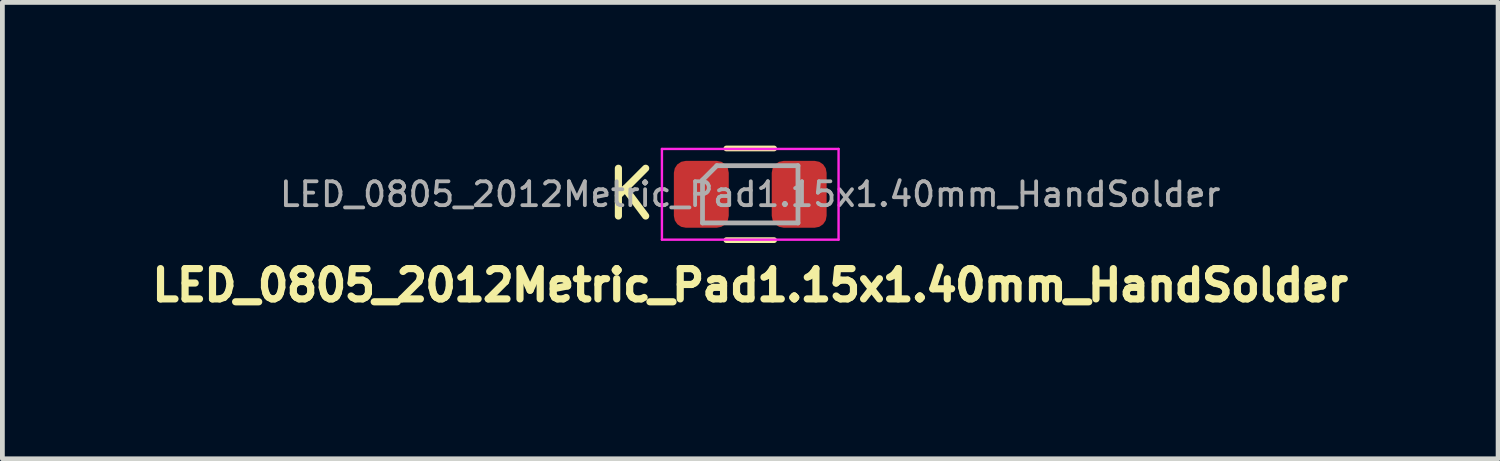
<source format=kicad_pcb>
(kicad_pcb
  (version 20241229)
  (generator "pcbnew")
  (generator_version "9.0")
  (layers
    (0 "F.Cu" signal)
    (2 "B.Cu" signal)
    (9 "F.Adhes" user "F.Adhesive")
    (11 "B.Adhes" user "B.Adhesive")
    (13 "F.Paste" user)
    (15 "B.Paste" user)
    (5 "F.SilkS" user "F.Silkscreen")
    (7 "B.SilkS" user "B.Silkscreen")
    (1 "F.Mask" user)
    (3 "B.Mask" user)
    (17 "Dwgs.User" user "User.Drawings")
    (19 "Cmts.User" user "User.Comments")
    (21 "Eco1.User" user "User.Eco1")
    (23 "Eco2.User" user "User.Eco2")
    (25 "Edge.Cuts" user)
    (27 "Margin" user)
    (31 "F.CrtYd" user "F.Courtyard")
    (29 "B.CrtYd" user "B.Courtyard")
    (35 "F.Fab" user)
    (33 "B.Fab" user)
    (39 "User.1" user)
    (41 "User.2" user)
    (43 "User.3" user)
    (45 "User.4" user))
  (footprint "LED_0805_2012Metric_Pad1.15x1.40mm_HandSolder"
    (layer "F.Cu")
    (at 12.665 1.02)
    (property "Reference" "LED_0805_2012Metric_Pad1.15x1.40mm_HandSolder" (at 0 1.905 0) (layer "F.SilkS") (effects (font (size 0.635 0.635) (thickness 0.15))))
    (attr smd)
    (fp_line (start -0.5 0.96) (end 0.5 0.96) (stroke (width 0.12) (type solid)) (layer "F.SilkS"))
    (fp_line (start 0.5 -0.96) (end -0.5 -0.96) (stroke (width 0.12) (type solid)) (layer "F.SilkS"))
    (fp_line (start -1.85 -0.95) (end 1.85 -0.95) (stroke (width 0.05) (type solid)) (layer "F.CrtYd"))
    (fp_line (start -1.85 0.95) (end -1.85 -0.95) (stroke (width 0.05) (type solid)) (layer "F.CrtYd"))
    (fp_line (start 1.85 -0.95) (end 1.85 0.95) (stroke (width 0.05) (type solid)) (layer "F.CrtYd"))
    (fp_line (start 1.85 0.95) (end -1.85 0.95) (stroke (width 0.05) (type solid)) (layer "F.CrtYd"))
    (fp_line (start -1 -0.3) (end -1 0.6) (stroke (width 0.1) (type solid)) (layer "F.Fab"))
    (fp_line (start -1 0.6) (end 1 0.6) (stroke (width 0.1) (type solid)) (layer "F.Fab"))
    (fp_line (start -0.7 -0.6) (end -1 -0.3) (stroke (width 0.1) (type solid)) (layer "F.Fab"))
    (fp_line (start 1 -0.6) (end -0.7 -0.6) (stroke (width 0.1) (type solid)) (layer "F.Fab"))
    (fp_line (start 1 0.6) (end 1 -0.6) (stroke (width 0.1) (type solid)) (layer "F.Fab"))
    (fp_text user "K" (at -2.5 0 0) (layer "F.SilkS") (effects (font (size 1 1) (thickness 0.15))))
    (fp_text user "${REFERENCE}" (at 0 0 0) (layer "F.Fab") (effects (font (size 0.5 0.5) (thickness 0.08))))
    (pad "1" smd roundrect (at -1.025 0) (size 1.15 1.4) (layers "F.Cu" "F.Mask" "F.Paste") (roundrect_rratio 0.217))
    (pad "2" smd roundrect (at 1.025 0) (size 1.15 1.4) (layers "F.Cu" "F.Mask" "F.Paste") (roundrect_rratio 0.217)))
  (gr_rect
    (start -3 -3)
    (end 28.33 6.56)
    (stroke (width 0.1) (type default))
    (fill no)
    (layer "Edge.Cuts")))
</source>
